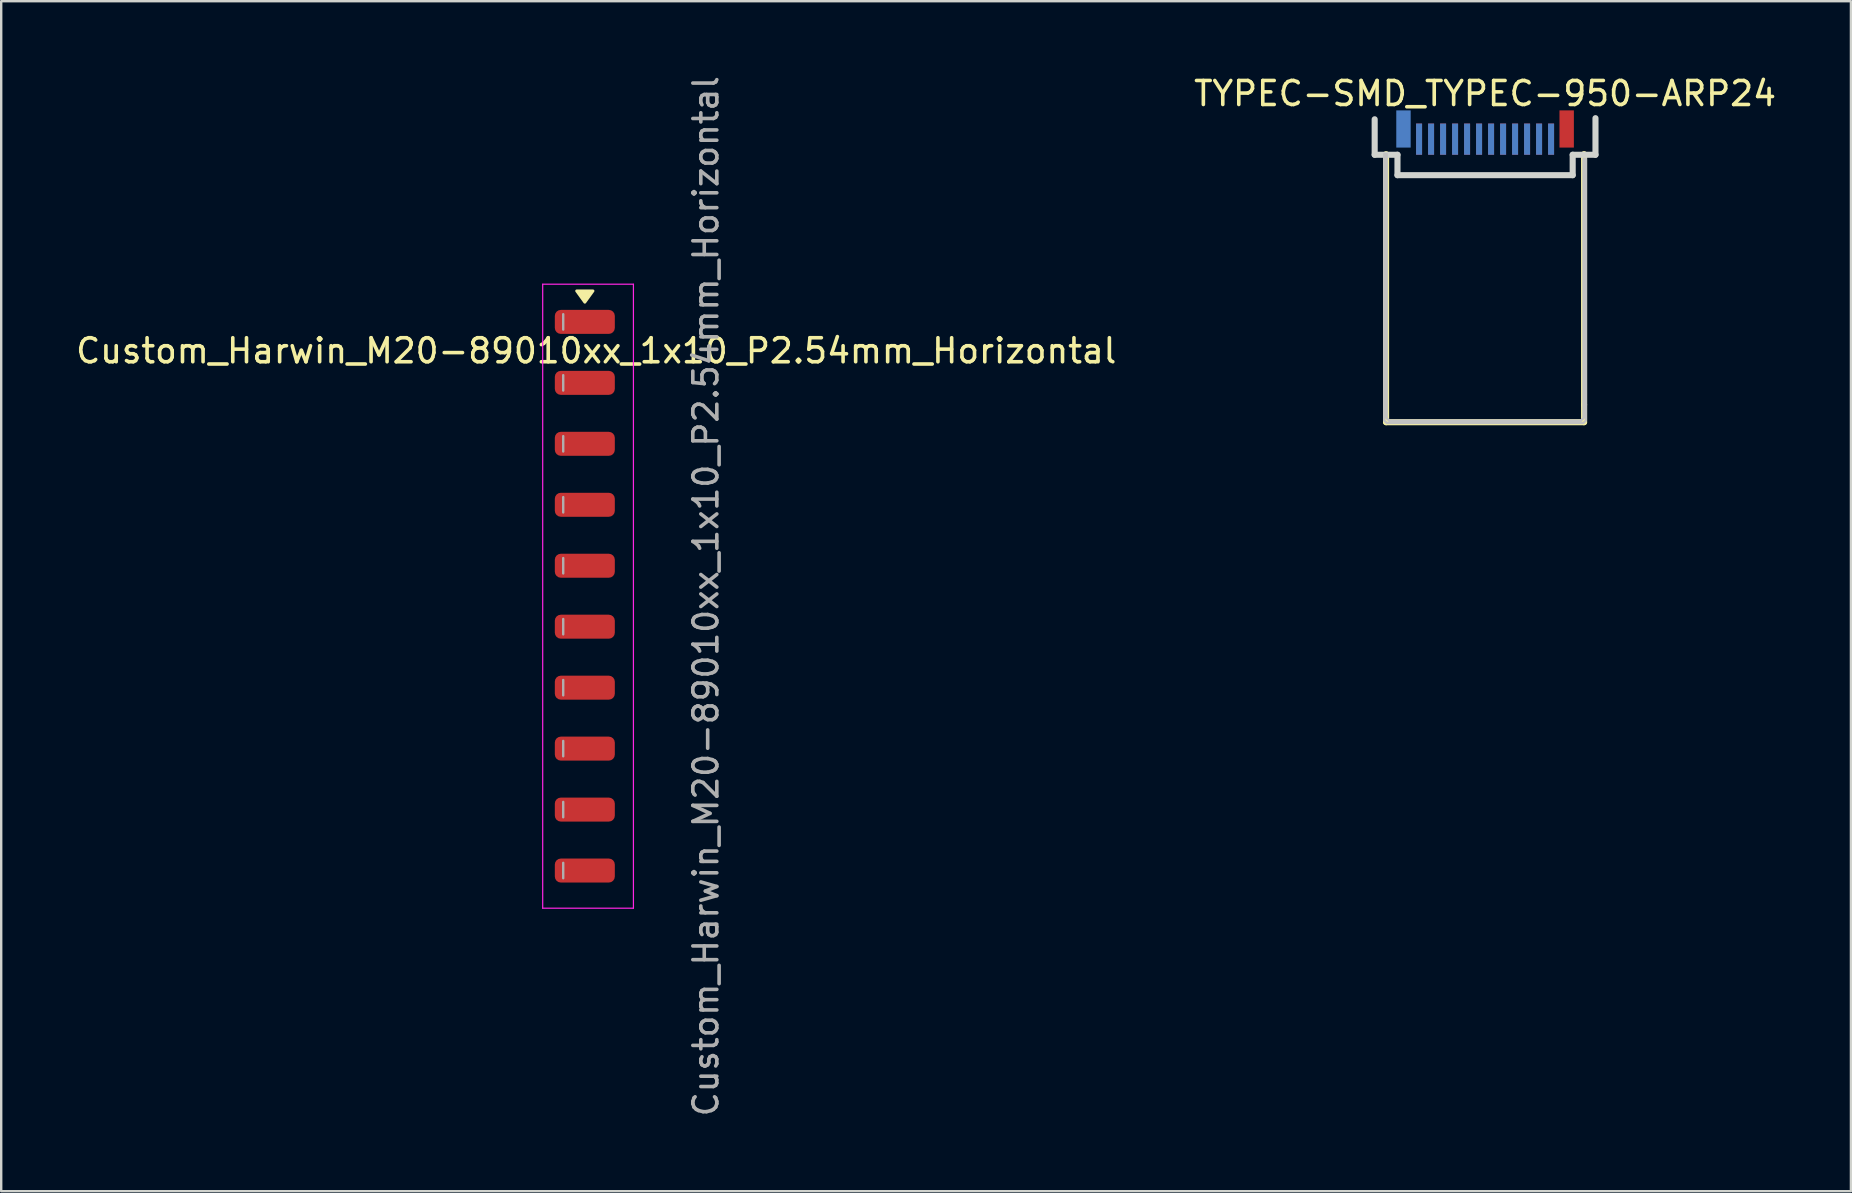
<source format=kicad_pcb>
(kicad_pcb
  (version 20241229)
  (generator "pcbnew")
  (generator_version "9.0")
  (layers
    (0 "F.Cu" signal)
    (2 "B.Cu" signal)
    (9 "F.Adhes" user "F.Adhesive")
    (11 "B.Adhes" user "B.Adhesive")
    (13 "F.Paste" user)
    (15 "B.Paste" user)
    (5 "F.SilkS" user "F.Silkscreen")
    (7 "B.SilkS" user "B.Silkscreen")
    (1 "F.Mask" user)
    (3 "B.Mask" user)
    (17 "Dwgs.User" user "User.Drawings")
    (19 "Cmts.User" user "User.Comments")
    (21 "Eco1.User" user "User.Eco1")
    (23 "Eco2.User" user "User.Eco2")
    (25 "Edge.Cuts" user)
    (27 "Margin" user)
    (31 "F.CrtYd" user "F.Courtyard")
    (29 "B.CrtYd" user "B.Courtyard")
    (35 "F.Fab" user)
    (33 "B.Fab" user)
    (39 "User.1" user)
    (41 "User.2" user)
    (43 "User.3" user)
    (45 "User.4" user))
  (footprint "TYPEC-SMD_TYPEC-950-ARP24"
    (layer "F.Cu")
    (at 58.827 2.536)
    (property "Reference" "TYPEC-SMD_TYPEC-950-ARP24" (at 0 -1.688 0) (layer "F.SilkS") (effects (font (size 1 1) (thickness 0.15))))
    (fp_line (start -4.125 0.837) (end -4.125 12.005) (stroke (width 0.254) (type default)) (layer "F.SilkS"))
    (fp_line (start -4.125 12.005) (end 4.125 12.005) (stroke (width 0.254) (type default)) (layer "F.SilkS"))
    (fp_line (start 4.125 0.835) (end 4.125 11.278) (stroke (width 0.254) (type default)) (layer "F.SilkS"))
    (fp_line (start 4.125 11.278) (end 4.125 12.005) (stroke (width 0.254) (type default)) (layer "F.SilkS"))
    (fp_poly (pts (xy -4.2 0.835) (xy -4.2 11.935) (xy -4.1 12.035) (xy 4.1 12.035) (xy 4.2 11.935) (xy 4.2 1.035) (xy 4.1 1.035) (xy 4.1 11.835) (xy 4 11.935) (xy -4 11.935) (xy -4.1 11.835) (xy -4.1 0.835)) (stroke (width 0.1) (type default)) (fill no) (layer "Dwgs.User"))
    (fp_line (start -4.6 -0.616) (end -4.6 0.862) (stroke (width 0.254) (type default)) (layer "Edge.Cuts"))
    (fp_line (start -4.6 0.862) (end -3.65 0.862) (stroke (width 0.254) (type default)) (layer "Edge.Cuts"))
    (fp_line (start -3.65 0.862) (end -3.65 1.713) (stroke (width 0.254) (type default)) (layer "Edge.Cuts"))
    (fp_line (start -3.65 1.713) (end 3.65 1.713) (stroke (width 0.254) (type default)) (layer "Edge.Cuts"))
    (fp_line (start 3.65 0.862) (end 4.6 0.862) (stroke (width 0.254) (type default)) (layer "Edge.Cuts"))
    (fp_line (start 3.65 1.713) (end 3.65 0.862) (stroke (width 0.254) (type default)) (layer "Edge.Cuts"))
    (fp_line (start 4.6 0.862) (end 4.6 -0.662) (stroke (width 0.254) (type default)) (layer "Edge.Cuts"))
    (fp_poly (pts (xy -3.2 0.888) (xy -3.6 0.888) (xy -3.6 -0.811) (xy -3.2 -0.811)) (stroke (width 0.1) (type default)) (fill no) (layer "User.1"))
    (fp_poly (pts (xy -2.65 1.286) (xy -2.85 1.286) (xy -2.85 -0.414) (xy -2.65 -0.414)) (stroke (width 0.1) (type default)) (fill no) (layer "User.1"))
    (fp_poly (pts (xy -2.65 1.286) (xy -2.85 1.286) (xy -2.85 -0.414) (xy -2.65 -0.414)) (stroke (width 0.1) (type default)) (fill no) (layer "User.1"))
    (fp_poly (pts (xy -2.15 1.286) (xy -2.35 1.286) (xy -2.35 -0.414) (xy -2.15 -0.414)) (stroke (width 0.1) (type default)) (fill no) (layer "User.1"))
    (fp_poly (pts (xy -2.15 1.286) (xy -2.35 1.286) (xy -2.35 -0.414) (xy -2.15 -0.414)) (stroke (width 0.1) (type default)) (fill no) (layer "User.1"))
    (fp_poly (pts (xy -1.65 1.286) (xy -1.85 1.286) (xy -1.85 -0.414) (xy -1.65 -0.414)) (stroke (width 0.1) (type default)) (fill no) (layer "User.1"))
    (fp_poly (pts (xy -1.65 1.286) (xy -1.85 1.286) (xy -1.85 -0.414) (xy -1.65 -0.414)) (stroke (width 0.1) (type default)) (fill no) (layer "User.1"))
    (fp_poly (pts (xy -1.15 1.286) (xy -1.35 1.286) (xy -1.35 -0.414) (xy -1.15 -0.414)) (stroke (width 0.1) (type default)) (fill no) (layer "User.1"))
    (fp_poly (pts (xy -1.15 1.286) (xy -1.35 1.286) (xy -1.35 -0.414) (xy -1.15 -0.414)) (stroke (width 0.1) (type default)) (fill no) (layer "User.1"))
    (fp_poly (pts (xy -0.65 1.286) (xy -0.85 1.286) (xy -0.85 -0.414) (xy -0.65 -0.414)) (stroke (width 0.1) (type default)) (fill no) (layer "User.1"))
    (fp_poly (pts (xy -0.65 1.286) (xy -0.85 1.286) (xy -0.85 -0.414) (xy -0.65 -0.414)) (stroke (width 0.1) (type default)) (fill no) (layer "User.1"))
    (fp_poly (pts (xy -0.15 1.286) (xy -0.35 1.286) (xy -0.35 -0.414) (xy -0.15 -0.414)) (stroke (width 0.1) (type default)) (fill no) (layer "User.1"))
    (fp_poly (pts (xy -0.15 1.286) (xy -0.35 1.286) (xy -0.35 -0.414) (xy -0.15 -0.414)) (stroke (width 0.1) (type default)) (fill no) (layer "User.1"))
    (fp_poly (pts (xy 0.35 1.286) (xy 0.15 1.286) (xy 0.15 -0.414) (xy 0.35 -0.414)) (stroke (width 0.1) (type default)) (fill no) (layer "User.1"))
    (fp_poly (pts (xy 0.35 1.286) (xy 0.15 1.286) (xy 0.15 -0.414) (xy 0.35 -0.414)) (stroke (width 0.1) (type default)) (fill no) (layer "User.1"))
    (fp_poly (pts (xy 0.85 1.286) (xy 0.65 1.286) (xy 0.65 -0.414) (xy 0.85 -0.414)) (stroke (width 0.1) (type default)) (fill no) (layer "User.1"))
    (fp_poly (pts (xy 0.85 1.286) (xy 0.65 1.286) (xy 0.65 -0.414) (xy 0.85 -0.414)) (stroke (width 0.1) (type default)) (fill no) (layer "User.1"))
    (fp_poly (pts (xy 1.35 1.286) (xy 1.15 1.286) (xy 1.15 -0.414) (xy 1.35 -0.414)) (stroke (width 0.1) (type default)) (fill no) (layer "User.1"))
    (fp_poly (pts (xy 1.35 1.286) (xy 1.15 1.286) (xy 1.15 -0.414) (xy 1.35 -0.414)) (stroke (width 0.1) (type default)) (fill no) (layer "User.1"))
    (fp_poly (pts (xy 1.85 1.286) (xy 1.65 1.286) (xy 1.65 -0.414) (xy 1.85 -0.414)) (stroke (width 0.1) (type default)) (fill no) (layer "User.1"))
    (fp_poly (pts (xy 1.85 1.286) (xy 1.65 1.286) (xy 1.65 -0.414) (xy 1.85 -0.414)) (stroke (width 0.1) (type default)) (fill no) (layer "User.1"))
    (fp_poly (pts (xy 2.35 1.286) (xy 2.15 1.286) (xy 2.15 -0.414) (xy 2.35 -0.414)) (stroke (width 0.1) (type default)) (fill no) (layer "User.1"))
    (fp_poly (pts (xy 2.35 1.286) (xy 2.15 1.286) (xy 2.15 -0.414) (xy 2.35 -0.414)) (stroke (width 0.1) (type default)) (fill no) (layer "User.1"))
    (fp_poly (pts (xy 2.85 1.286) (xy 2.65 1.286) (xy 2.65 -0.414) (xy 2.85 -0.414)) (stroke (width 0.1) (type default)) (fill no) (layer "User.1"))
    (fp_poly (pts (xy 2.85 1.286) (xy 2.65 1.286) (xy 2.65 -0.414) (xy 2.85 -0.414)) (stroke (width 0.1) (type default)) (fill no) (layer "User.1"))
    (fp_poly (pts (xy 3.6 0.888) (xy 3.2 0.888) (xy 3.2 -0.811) (xy 3.6 -0.811)) (stroke (width 0.1) (type default)) (fill no) (layer "User.1"))
    (fp_line (start -4.125 0.837) (end 4.125 0.837) (stroke (width 0.051) (type default)) (layer "User.2"))
    (fp_line (start -4.125 2.477) (end -4.125 0.837) (stroke (width 0.051) (type default)) (layer "User.2"))
    (fp_line (start 4.125 0.837) (end 4.125 2.47) (stroke (width 0.051) (type default)) (layer "User.2"))
    (fp_line (start 4.125 2.47) (end -4.125 2.477) (stroke (width 0.051) (type default)) (layer "User.2"))
    (fp_poly (pts (xy -4.07 2.454) (xy -4.102 2.422) (xy -4.148 2.422) (xy -4.18 2.454) (xy -4.18 2.5) (xy -4.148 2.532) (xy -4.102 2.532) (xy -4.07 2.5)) (stroke (width 0.1) (type default)) (fill no) (layer "User.3"))
    (pad "25" smd rect (at 3.4 -0.212 180) (size 0.6 1.55) (layers "F.Cu" "F.Mask" "F.Paste"))
    (pad "26" smd rect (at -3.4 -0.212 180) (size 0.6 1.55) (layers "B.Cu" "B.Mask" "B.Paste"))
    (pad "A1" smd rect (at 2.75 0.212 180) (size 0.25 1.3) (layers "F.Cu" "F.Mask" "F.Paste"))
    (pad "A2" smd rect (at 2.25 0.212 180) (size 0.25 1.3) (layers "F.Cu" "F.Mask" "F.Paste"))
    (pad "A3" smd rect (at 1.75 0.212 180) (size 0.25 1.3) (layers "F.Cu" "F.Mask" "F.Paste"))
    (pad "A4" smd rect (at 1.25 0.212 180) (size 0.25 1.3) (layers "F.Cu" "F.Mask" "F.Paste"))
    (pad "A5" smd rect (at 0.75 0.212 180) (size 0.25 1.3) (layers "F.Cu" "F.Mask" "F.Paste"))
    (pad "A6" smd rect (at 0.25 0.212 180) (size 0.25 1.3) (layers "F.Cu" "F.Mask" "F.Paste"))
    (pad "A7" smd rect (at -0.25 0.212 180) (size 0.25 1.3) (layers "F.Cu" "F.Mask" "F.Paste"))
    (pad "A8" smd rect (at -0.75 0.212 180) (size 0.25 1.3) (layers "F.Cu" "F.Mask" "F.Paste"))
    (pad "A9" smd rect (at -1.25 0.212 180) (size 0.25 1.3) (layers "F.Cu" "F.Mask" "F.Paste"))
    (pad "A10" smd rect (at -1.75 0.212 180) (size 0.25 1.3) (layers "F.Cu" "F.Mask" "F.Paste"))
    (pad "A11" smd rect (at -2.25 0.212 180) (size 0.25 1.3) (layers "F.Cu" "F.Mask" "F.Paste"))
    (pad "A12" smd rect (at -2.75 0.212 180) (size 0.25 1.3) (layers "F.Cu" "F.Mask" "F.Paste"))
    (pad "B1" smd rect (at -2.75 0.212 180) (size 0.25 1.3) (layers "B.Cu" "B.Mask" "B.Paste"))
    (pad "B2" smd rect (at -2.25 0.212 180) (size 0.25 1.3) (layers "B.Cu" "B.Mask" "B.Paste"))
    (pad "B3" smd rect (at -1.75 0.212 180) (size 0.25 1.3) (layers "B.Cu" "B.Mask" "B.Paste"))
    (pad "B4" smd rect (at -1.25 0.212 180) (size 0.25 1.3) (layers "B.Cu" "B.Mask" "B.Paste"))
    (pad "B5" smd rect (at -0.75 0.212 180) (size 0.25 1.3) (layers "B.Cu" "B.Mask" "B.Paste"))
    (pad "B6" smd rect (at -0.25 0.212 180) (size 0.25 1.3) (layers "B.Cu" "B.Mask" "B.Paste"))
    (pad "B7" smd rect (at 0.25 0.212 180) (size 0.25 1.3) (layers "B.Cu" "B.Mask" "B.Paste"))
    (pad "B8" smd rect (at 0.75 0.212 180) (size 0.25 1.3) (layers "B.Cu" "B.Mask" "B.Paste"))
    (pad "B9" smd rect (at 1.25 0.212 180) (size 0.25 1.3) (layers "B.Cu" "B.Mask" "B.Paste"))
    (pad "B10" smd rect (at 1.75 0.212 180) (size 0.25 1.3) (layers "B.Cu" "B.Mask" "B.Paste"))
    (pad "B11" smd rect (at 2.25 0.212 180) (size 0.25 1.3) (layers "B.Cu" "B.Mask" "B.Paste"))
    (pad "B12" smd rect (at 2.75 0.212 180) (size 0.25 1.3) (layers "B.Cu" "B.Mask" "B.Paste")))
  (footprint "Custom_Harwin_M20-89010xx_1x10_P2.54mm_Horizontal"
    (layer "F.Cu")
    (at 26.842 21.792)
    (property "Reference" "Custom_Harwin_M20-89010xx_1x10_P2.54mm_Horizontal" (at -5.05 -10.225 180) (layer "F.SilkS") (effects (font (size 1 1) (thickness 0.15))))
    (attr smd)
    (fp_poly (pts (xy -5.525 -12.25) (xy -5.865 -12.72) (xy -5.185 -12.72)) (stroke (width 0.12) (type solid)) (fill yes) (layer "F.SilkS"))
    (fp_line (start -7.28 -13) (end -3.5 -13) (stroke (width 0.05) (type solid)) (layer "F.CrtYd"))
    (fp_line (start -7.28 13) (end -7.28 -13) (stroke (width 0.05) (type solid)) (layer "F.CrtYd"))
    (fp_line (start -7.28 13) (end -3.5 13) (stroke (width 0.05) (type solid)) (layer "F.CrtYd"))
    (fp_line (start -3.5 13) (end -3.5 -13) (stroke (width 0.05) (type solid)) (layer "F.CrtYd"))
    (fp_line (start -6.425 -11.75) (end -6.425 -11.11) (stroke (width 0.1) (type solid)) (layer "F.Fab"))
    (fp_line (start -6.425 -9.21) (end -6.425 -8.57) (stroke (width 0.1) (type solid)) (layer "F.Fab"))
    (fp_line (start -6.425 -6.67) (end -6.425 -6.03) (stroke (width 0.1) (type solid)) (layer "F.Fab"))
    (fp_line (start -6.425 -4.13) (end -6.425 -3.49) (stroke (width 0.1) (type solid)) (layer "F.Fab"))
    (fp_line (start -6.425 -1.59) (end -6.425 -0.95) (stroke (width 0.1) (type solid)) (layer "F.Fab"))
    (fp_line (start -6.425 0.95) (end -6.425 1.59) (stroke (width 0.1) (type solid)) (layer "F.Fab"))
    (fp_line (start -6.425 3.49) (end -6.425 4.13) (stroke (width 0.1) (type solid)) (layer "F.Fab"))
    (fp_line (start -6.425 6.03) (end -6.425 6.67) (stroke (width 0.1) (type solid)) (layer "F.Fab"))
    (fp_line (start -6.425 8.57) (end -6.425 9.21) (stroke (width 0.1) (type solid)) (layer "F.Fab"))
    (fp_line (start -6.425 11.11) (end -6.425 11.75) (stroke (width 0.1) (type solid)) (layer "F.Fab"))
    (fp_text user "${REFERENCE}" (at -0.48 0 90) (layer "F.Fab") (effects (font (size 1 1) (thickness 0.15))))
    (pad "1" smd roundrect (at -5.525 -11.43) (size 2.5 1) (layers "F.Cu" "F.Mask" "F.Paste") (roundrect_rratio 0.25))
    (pad "2" smd roundrect (at -5.525 -8.89) (size 2.5 1) (layers "F.Cu" "F.Mask" "F.Paste") (roundrect_rratio 0.25))
    (pad "3" smd roundrect (at -5.525 -6.35) (size 2.5 1) (layers "F.Cu" "F.Mask" "F.Paste") (roundrect_rratio 0.25))
    (pad "4" smd roundrect (at -5.525 -3.81) (size 2.5 1) (layers "F.Cu" "F.Mask" "F.Paste") (roundrect_rratio 0.25))
    (pad "5" smd roundrect (at -5.525 -1.27) (size 2.5 1) (layers "F.Cu" "F.Mask" "F.Paste") (roundrect_rratio 0.25))
    (pad "6" smd roundrect (at -5.525 1.27) (size 2.5 1) (layers "F.Cu" "F.Mask" "F.Paste") (roundrect_rratio 0.25))
    (pad "7" smd roundrect (at -5.525 3.81) (size 2.5 1) (layers "F.Cu" "F.Mask" "F.Paste") (roundrect_rratio 0.25))
    (pad "8" smd roundrect (at -5.525 6.35) (size 2.5 1) (layers "F.Cu" "F.Mask" "F.Paste") (roundrect_rratio 0.25))
    (pad "9" smd roundrect (at -5.525 8.89) (size 2.5 1) (layers "F.Cu" "F.Mask" "F.Paste") (roundrect_rratio 0.25))
    (pad "10" smd roundrect (at -5.525 11.43) (size 2.5 1) (layers "F.Cu" "F.Mask" "F.Paste") (roundrect_rratio 0.25)))
  (gr_rect
    (start -3 -3)
    (end 74.071 46.583)
    (stroke (width 0.1) (type default))
    (fill no)
    (layer "Edge.Cuts")))
</source>
